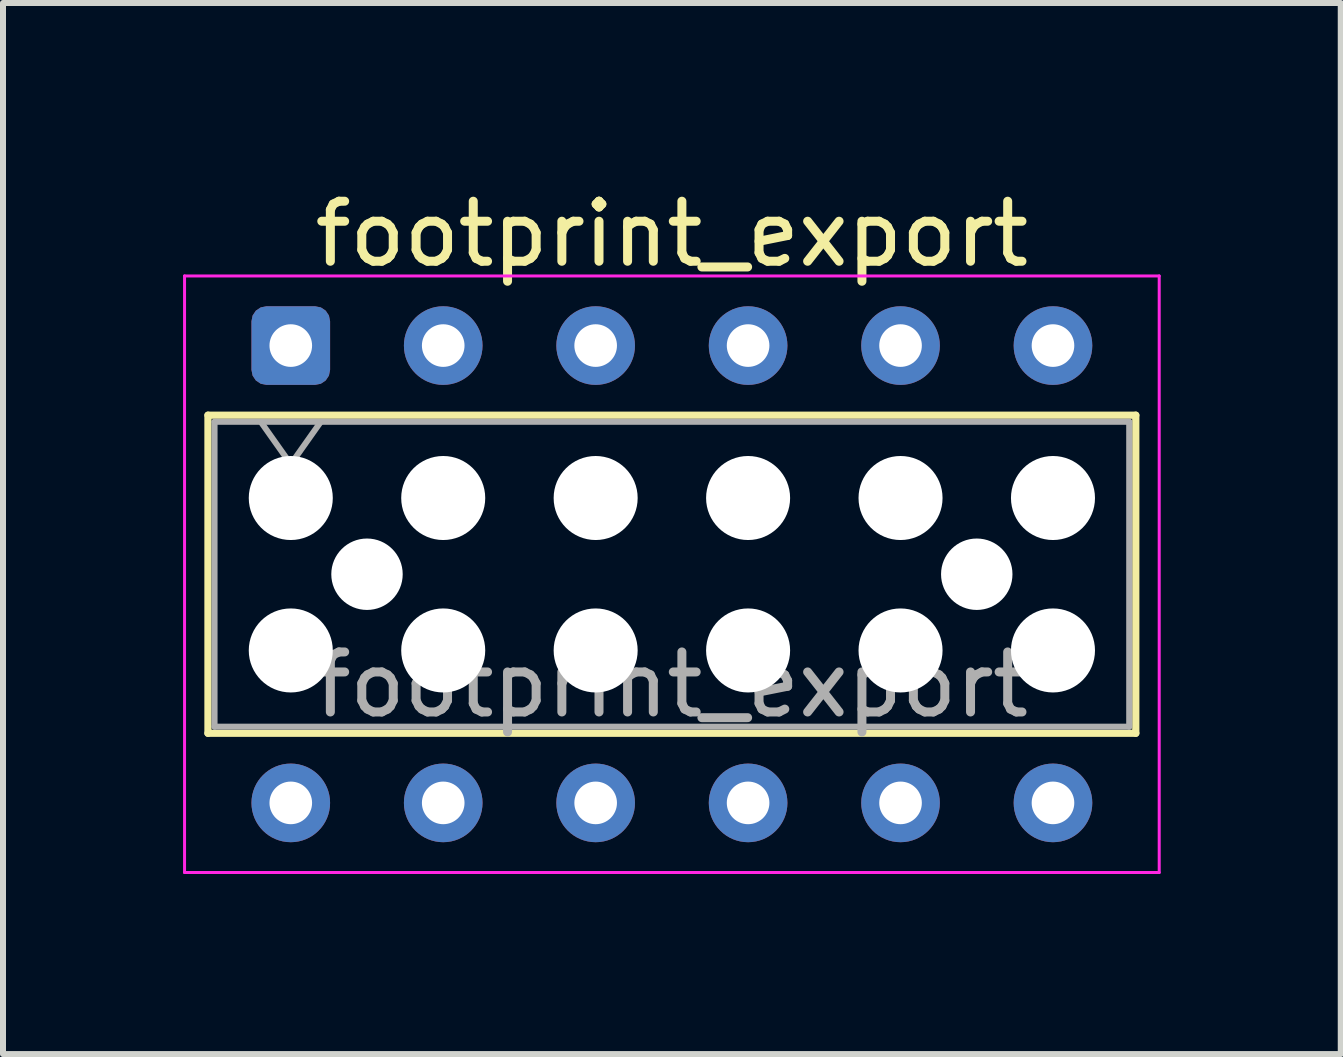
<source format=kicad_pcb>
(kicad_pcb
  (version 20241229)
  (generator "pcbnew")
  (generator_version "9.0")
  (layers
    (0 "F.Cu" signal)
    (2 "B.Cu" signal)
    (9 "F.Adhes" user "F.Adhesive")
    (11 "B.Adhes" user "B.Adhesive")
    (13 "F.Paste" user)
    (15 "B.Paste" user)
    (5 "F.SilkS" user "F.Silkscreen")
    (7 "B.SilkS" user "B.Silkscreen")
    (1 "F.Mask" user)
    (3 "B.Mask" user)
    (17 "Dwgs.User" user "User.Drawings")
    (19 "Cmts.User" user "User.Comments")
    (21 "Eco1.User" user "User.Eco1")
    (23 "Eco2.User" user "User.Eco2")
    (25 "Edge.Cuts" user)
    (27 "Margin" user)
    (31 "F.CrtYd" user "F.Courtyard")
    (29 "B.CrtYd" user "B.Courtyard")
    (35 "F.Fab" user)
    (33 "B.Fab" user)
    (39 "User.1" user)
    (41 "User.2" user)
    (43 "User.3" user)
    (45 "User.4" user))
  (footprint "footprint_export"
    (layer "F.Cu")
    (at 1.795 2.708)
    (property "Reference" "footprint_export" (at 6.35 -1.86 0) (layer "F.SilkS") (effects (font (size 1 1) (thickness 0.15))))
    (attr through_hole)
    (fp_line (start -1.38 1.16) (end 14.08 1.16) (stroke (width 0.12) (type solid)) (layer "F.SilkS"))
    (fp_line (start -1.38 6.46) (end -1.38 1.16) (stroke (width 0.12) (type solid)) (layer "F.SilkS"))
    (fp_line (start 14.08 1.16) (end 14.08 6.46) (stroke (width 0.12) (type solid)) (layer "F.SilkS"))
    (fp_line (start 14.08 6.46) (end -1.38 6.46) (stroke (width 0.12) (type solid)) (layer "F.SilkS"))
    (fp_line (start -1.77 -1.16) (end 14.47 -1.16) (stroke (width 0.05) (type solid)) (layer "F.CrtYd"))
    (fp_line (start -1.77 8.78) (end -1.77 -1.16) (stroke (width 0.05) (type solid)) (layer "F.CrtYd"))
    (fp_line (start 14.47 -1.16) (end 14.47 8.78) (stroke (width 0.05) (type solid)) (layer "F.CrtYd"))
    (fp_line (start 14.47 8.78) (end -1.77 8.78) (stroke (width 0.05) (type solid)) (layer "F.CrtYd"))
    (fp_line (start -1.27 1.27) (end 13.97 1.27) (stroke (width 0.1) (type solid)) (layer "F.Fab"))
    (fp_line (start -1.27 6.35) (end -1.27 1.27) (stroke (width 0.1) (type solid)) (layer "F.Fab"))
    (fp_line (start -0.5 1.27) (end 0 1.977) (stroke (width 0.1) (type solid)) (layer "F.Fab"))
    (fp_line (start 0 1.977) (end 0.5 1.27) (stroke (width 0.1) (type solid)) (layer "F.Fab"))
    (fp_line (start 13.97 1.27) (end 13.97 6.35) (stroke (width 0.1) (type solid)) (layer "F.Fab"))
    (fp_line (start 13.97 6.35) (end -1.27 6.35) (stroke (width 0.1) (type solid)) (layer "F.Fab"))
    (fp_text user "${REFERENCE}" (at 6.35 5.65 0) (layer "F.Fab") (effects (font (size 1 1) (thickness 0.15))))
    (pad "" np_thru_hole circle (at 0 2.54) (size 1.4 1.4) (drill 1.4) (layers "*.Cu" "*.Mask"))
    (pad "" np_thru_hole circle (at 0 5.08) (size 1.4 1.4) (drill 1.4) (layers "*.Cu" "*.Mask"))
    (pad "" np_thru_hole circle (at 1.27 3.81) (size 1.19 1.19) (drill 1.19) (layers "*.Cu" "*.Mask"))
    (pad "" np_thru_hole circle (at 2.54 2.54) (size 1.4 1.4) (drill 1.4) (layers "*.Cu" "*.Mask"))
    (pad "" np_thru_hole circle (at 2.54 5.08) (size 1.4 1.4) (drill 1.4) (layers "*.Cu" "*.Mask"))
    (pad "" np_thru_hole circle (at 5.08 2.54) (size 1.4 1.4) (drill 1.4) (layers "*.Cu" "*.Mask"))
    (pad "" np_thru_hole circle (at 5.08 5.08) (size 1.4 1.4) (drill 1.4) (layers "*.Cu" "*.Mask"))
    (pad "" np_thru_hole circle (at 7.62 2.54) (size 1.4 1.4) (drill 1.4) (layers "*.Cu" "*.Mask"))
    (pad "" np_thru_hole circle (at 7.62 5.08) (size 1.4 1.4) (drill 1.4) (layers "*.Cu" "*.Mask"))
    (pad "" np_thru_hole circle (at 10.16 2.54) (size 1.4 1.4) (drill 1.4) (layers "*.Cu" "*.Mask"))
    (pad "" np_thru_hole circle (at 10.16 5.08) (size 1.4 1.4) (drill 1.4) (layers "*.Cu" "*.Mask"))
    (pad "" np_thru_hole circle (at 11.43 3.81) (size 1.19 1.19) (drill 1.19) (layers "*.Cu" "*.Mask"))
    (pad "" np_thru_hole circle (at 12.7 2.54) (size 1.4 1.4) (drill 1.4) (layers "*.Cu" "*.Mask"))
    (pad "" np_thru_hole circle (at 12.7 5.08) (size 1.4 1.4) (drill 1.4) (layers "*.Cu" "*.Mask"))
    (pad "1" thru_hole roundrect (at 0 0) (size 1.31 1.31) (drill 0.71) (layers "*.Cu" "*.Mask") (roundrect_rratio 0.191))
    (pad "2" thru_hole circle (at 0 7.62) (size 1.31 1.31) (drill 0.71) (layers "*.Cu" "*.Mask"))
    (pad "3" thru_hole circle (at 2.54 0) (size 1.31 1.31) (drill 0.71) (layers "*.Cu" "*.Mask"))
    (pad "4" thru_hole circle (at 2.54 7.62) (size 1.31 1.31) (drill 0.71) (layers "*.Cu" "*.Mask"))
    (pad "5" thru_hole circle (at 5.08 0) (size 1.31 1.31) (drill 0.71) (layers "*.Cu" "*.Mask"))
    (pad "6" thru_hole circle (at 5.08 7.62) (size 1.31 1.31) (drill 0.71) (layers "*.Cu" "*.Mask"))
    (pad "7" thru_hole circle (at 7.62 0) (size 1.31 1.31) (drill 0.71) (layers "*.Cu" "*.Mask"))
    (pad "8" thru_hole circle (at 7.62 7.62) (size 1.31 1.31) (drill 0.71) (layers "*.Cu" "*.Mask"))
    (pad "9" thru_hole circle (at 10.16 0) (size 1.31 1.31) (drill 0.71) (layers "*.Cu" "*.Mask"))
    (pad "10" thru_hole circle (at 10.16 7.62) (size 1.31 1.31) (drill 0.71) (layers "*.Cu" "*.Mask"))
    (pad "11" thru_hole circle (at 12.7 0) (size 1.31 1.31) (drill 0.71) (layers "*.Cu" "*.Mask"))
    (pad "12" thru_hole circle (at 12.7 7.62) (size 1.31 1.31) (drill 0.71) (layers "*.Cu" "*.Mask")))
  (gr_rect
    (start -3 -3)
    (end 19.29 14.513)
    (stroke (width 0.1) (type default))
    (fill no)
    (layer "Edge.Cuts")))
</source>
